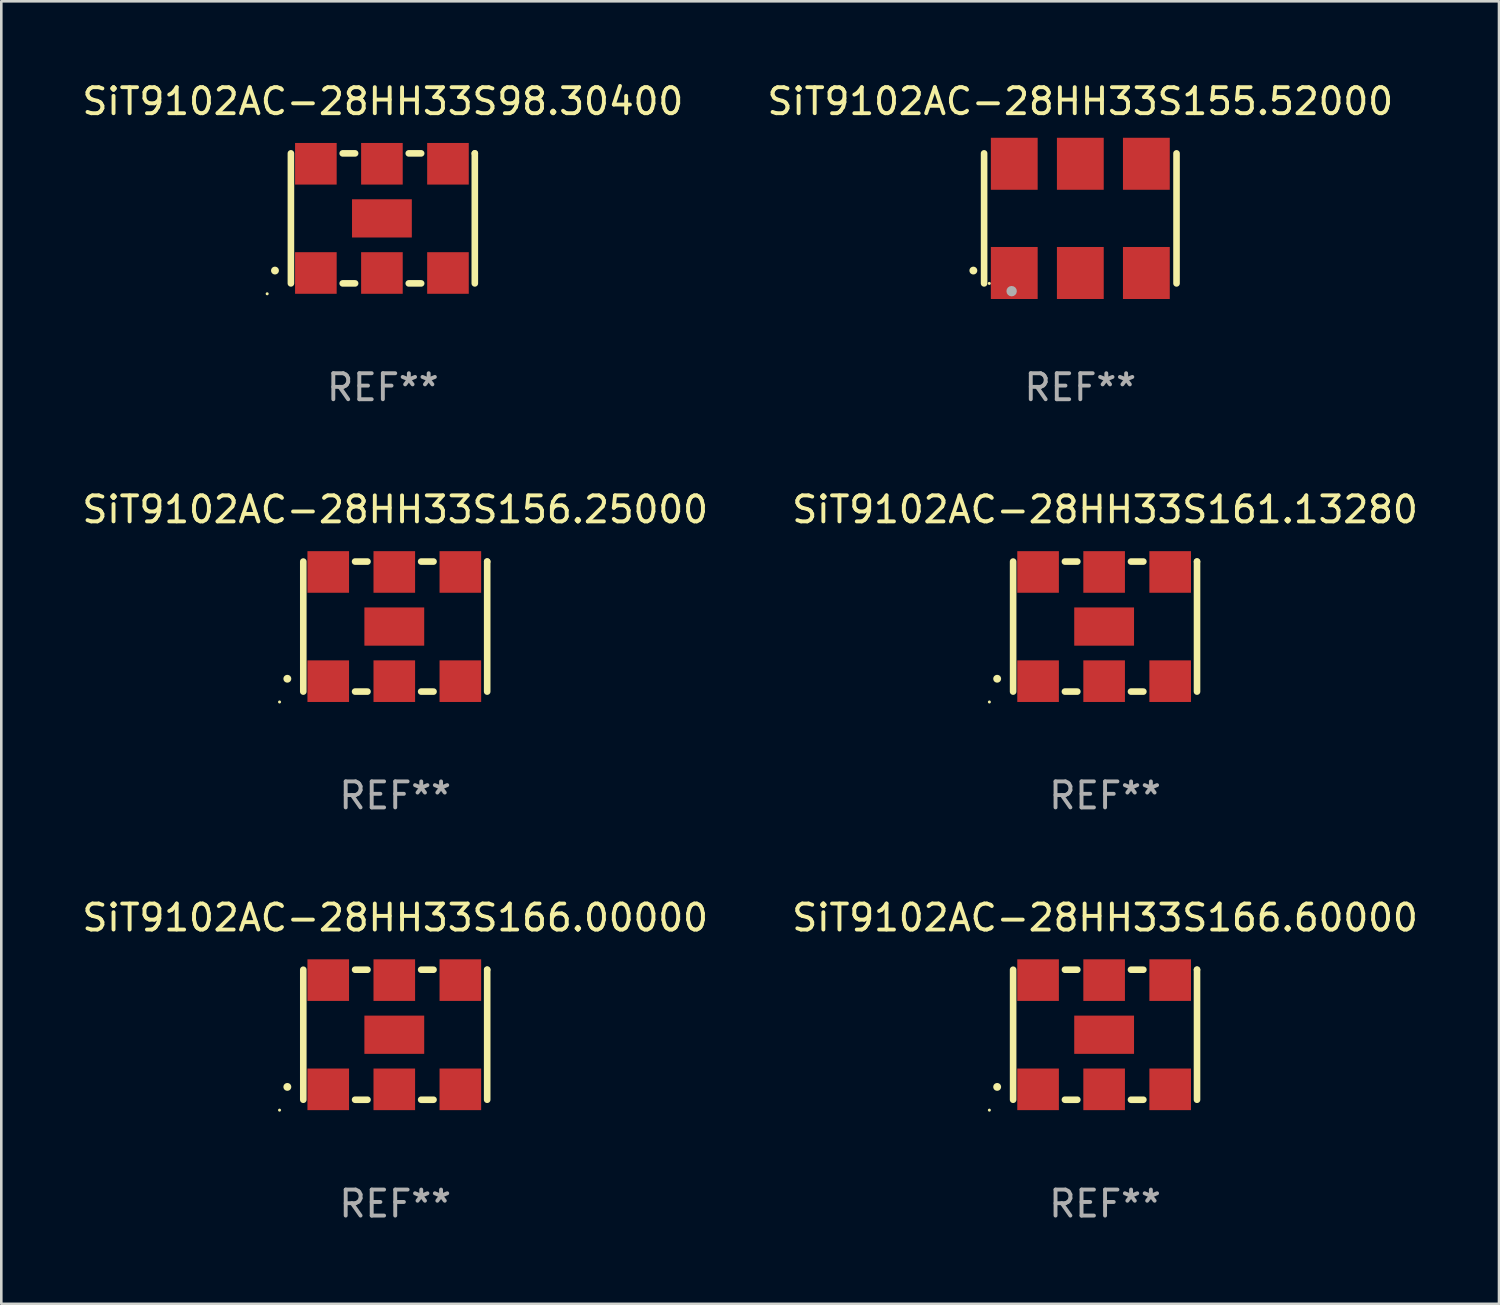
<source format=kicad_pcb>
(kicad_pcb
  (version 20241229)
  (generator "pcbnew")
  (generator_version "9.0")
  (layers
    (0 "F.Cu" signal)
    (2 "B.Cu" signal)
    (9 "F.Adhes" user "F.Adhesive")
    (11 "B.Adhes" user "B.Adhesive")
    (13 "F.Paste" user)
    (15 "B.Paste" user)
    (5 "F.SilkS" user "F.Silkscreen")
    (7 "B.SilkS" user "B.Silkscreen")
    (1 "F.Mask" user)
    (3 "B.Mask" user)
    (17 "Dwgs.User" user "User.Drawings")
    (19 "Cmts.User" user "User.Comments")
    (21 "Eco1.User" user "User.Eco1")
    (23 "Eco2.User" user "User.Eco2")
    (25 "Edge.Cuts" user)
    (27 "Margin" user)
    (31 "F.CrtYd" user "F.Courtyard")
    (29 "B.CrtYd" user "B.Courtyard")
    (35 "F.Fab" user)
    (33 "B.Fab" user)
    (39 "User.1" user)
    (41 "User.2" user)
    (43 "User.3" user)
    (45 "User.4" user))
  (footprint "SiT9102AC-28HH33S166.00000"
    (layer "F.Cu")
    (at 12.149 36.741)
    (property "Reference" "SiT9102AC-28HH33S166.00000" (at 0 -4.5 0) (layer "F.SilkS") (effects (font (size 1 1) (thickness 0.15))))
    (attr through_hole)
    (fp_line (start -3.536 -2.5) (end -3.536 2.5) (stroke (width 0.254) (type solid)) (layer "F.SilkS"))
    (fp_line (start -1.544 2.5) (end -1.067 2.5) (stroke (width 0.254) (type solid)) (layer "F.SilkS"))
    (fp_line (start -1.067 -2.5) (end -1.544 -2.5) (stroke (width 0.254) (type solid)) (layer "F.SilkS"))
    (fp_line (start 0.996 2.5) (end 1.473 2.5) (stroke (width 0.254) (type solid)) (layer "F.SilkS"))
    (fp_line (start 1.473 -2.5) (end 0.996 -2.5) (stroke (width 0.254) (type solid)) (layer "F.SilkS"))
    (fp_line (start 3.536 -2.5) (end 3.536 -2.5) (stroke (width 0.254) (type solid)) (layer "F.SilkS"))
    (fp_line (start 3.536 2.5) (end 3.536 -2.5) (stroke (width 0.254) (type solid)) (layer "F.SilkS"))
    (fp_arc (start -4.150432 2.006604) (mid -4.149162 2.006599) (end -4.147892 2.006604) (stroke (width 0.3) (type solid)) (layer "F.SilkS"))
    (fp_circle (center -4.449 2.9) (end -4.419 2.9) (stroke (width 0.06) (type solid)) (fill no) (layer "F.SilkS"))
    (fp_text user "REF**" (at 0 6.5 0) (layer "F.Fab") (effects (font (size 1 1) (thickness 0.15))))
    (pad "1" smd rect (at -2.576 2.1) (size 1.6 1.6) (layers "F.Cu" "F.Mask" "F.Paste"))
    (pad "2" smd rect (at -0.036 2.1) (size 1.6 1.6) (layers "F.Cu" "F.Mask" "F.Paste"))
    (pad "3" smd rect (at 2.504 2.1) (size 1.6 1.6) (layers "F.Cu" "F.Mask" "F.Paste"))
    (pad "4" smd rect (at 2.504 -2.1) (size 1.6 1.6) (layers "F.Cu" "F.Mask" "F.Paste"))
    (pad "5" smd rect (at -0.036 -2.1) (size 1.6 1.6) (layers "F.Cu" "F.Mask" "F.Paste"))
    (pad "6" smd rect (at -2.576 -2.1) (size 1.6 1.6) (layers "F.Cu" "F.Mask" "F.Paste"))
    (pad "7" smd rect (at -0.036 0) (size 2.3 1.47) (layers "F.Cu" "F.Mask" "F.Paste")))
  (footprint "SiT9102AC-28HH33S161.13280"
    (layer "F.Cu")
    (at 39.446 21.045)
    (property "Reference" "SiT9102AC-28HH33S161.13280" (at 0 -4.5 0) (layer "F.SilkS") (effects (font (size 1 1) (thickness 0.15))))
    (attr through_hole)
    (fp_line (start -3.536 -2.5) (end -3.536 2.5) (stroke (width 0.254) (type solid)) (layer "F.SilkS"))
    (fp_line (start -1.544 2.5) (end -1.067 2.5) (stroke (width 0.254) (type solid)) (layer "F.SilkS"))
    (fp_line (start -1.067 -2.5) (end -1.544 -2.5) (stroke (width 0.254) (type solid)) (layer "F.SilkS"))
    (fp_line (start 0.996 2.5) (end 1.473 2.5) (stroke (width 0.254) (type solid)) (layer "F.SilkS"))
    (fp_line (start 1.473 -2.5) (end 0.996 -2.5) (stroke (width 0.254) (type solid)) (layer "F.SilkS"))
    (fp_line (start 3.536 -2.5) (end 3.536 -2.5) (stroke (width 0.254) (type solid)) (layer "F.SilkS"))
    (fp_line (start 3.536 2.5) (end 3.536 -2.5) (stroke (width 0.254) (type solid)) (layer "F.SilkS"))
    (fp_arc (start -4.150432 2.006604) (mid -4.149162 2.006599) (end -4.147892 2.006604) (stroke (width 0.3) (type solid)) (layer "F.SilkS"))
    (fp_circle (center -4.449 2.9) (end -4.419 2.9) (stroke (width 0.06) (type solid)) (fill no) (layer "F.SilkS"))
    (fp_text user "REF**" (at 0 6.5 0) (layer "F.Fab") (effects (font (size 1 1) (thickness 0.15))))
    (pad "1" smd rect (at -2.576 2.1) (size 1.6 1.6) (layers "F.Cu" "F.Mask" "F.Paste"))
    (pad "2" smd rect (at -0.036 2.1) (size 1.6 1.6) (layers "F.Cu" "F.Mask" "F.Paste"))
    (pad "3" smd rect (at 2.504 2.1) (size 1.6 1.6) (layers "F.Cu" "F.Mask" "F.Paste"))
    (pad "4" smd rect (at 2.504 -2.1) (size 1.6 1.6) (layers "F.Cu" "F.Mask" "F.Paste"))
    (pad "5" smd rect (at -0.036 -2.1) (size 1.6 1.6) (layers "F.Cu" "F.Mask" "F.Paste"))
    (pad "6" smd rect (at -2.576 -2.1) (size 1.6 1.6) (layers "F.Cu" "F.Mask" "F.Paste"))
    (pad "7" smd rect (at -0.036 0) (size 2.3 1.47) (layers "F.Cu" "F.Mask" "F.Paste")))
  (footprint "SiT9102AC-28HH33S98.30400"
    (layer "F.Cu")
    (at 11.673 5.348)
    (property "Reference" "SiT9102AC-28HH33S98.30400" (at 0 -4.5 0) (layer "F.SilkS") (effects (font (size 1 1) (thickness 0.15))))
    (attr through_hole)
    (fp_line (start -3.536 -2.5) (end -3.536 2.5) (stroke (width 0.254) (type solid)) (layer "F.SilkS"))
    (fp_line (start -1.544 2.5) (end -1.067 2.5) (stroke (width 0.254) (type solid)) (layer "F.SilkS"))
    (fp_line (start -1.067 -2.5) (end -1.544 -2.5) (stroke (width 0.254) (type solid)) (layer "F.SilkS"))
    (fp_line (start 0.996 2.5) (end 1.473 2.5) (stroke (width 0.254) (type solid)) (layer "F.SilkS"))
    (fp_line (start 1.473 -2.5) (end 0.996 -2.5) (stroke (width 0.254) (type solid)) (layer "F.SilkS"))
    (fp_line (start 3.536 -2.5) (end 3.536 -2.5) (stroke (width 0.254) (type solid)) (layer "F.SilkS"))
    (fp_line (start 3.536 2.5) (end 3.536 -2.5) (stroke (width 0.254) (type solid)) (layer "F.SilkS"))
    (fp_arc (start -4.150432 2.006604) (mid -4.149162 2.006599) (end -4.147892 2.006604) (stroke (width 0.3) (type solid)) (layer "F.SilkS"))
    (fp_circle (center -4.449 2.9) (end -4.419 2.9) (stroke (width 0.06) (type solid)) (fill no) (layer "F.SilkS"))
    (fp_text user "REF**" (at 0 6.5 0) (layer "F.Fab") (effects (font (size 1 1) (thickness 0.15))))
    (pad "1" smd rect (at -2.576 2.1) (size 1.6 1.6) (layers "F.Cu" "F.Mask" "F.Paste"))
    (pad "2" smd rect (at -0.036 2.1) (size 1.6 1.6) (layers "F.Cu" "F.Mask" "F.Paste"))
    (pad "3" smd rect (at 2.504 2.1) (size 1.6 1.6) (layers "F.Cu" "F.Mask" "F.Paste"))
    (pad "4" smd rect (at 2.504 -2.1) (size 1.6 1.6) (layers "F.Cu" "F.Mask" "F.Paste"))
    (pad "5" smd rect (at -0.036 -2.1) (size 1.6 1.6) (layers "F.Cu" "F.Mask" "F.Paste"))
    (pad "6" smd rect (at -2.576 -2.1) (size 1.6 1.6) (layers "F.Cu" "F.Mask" "F.Paste"))
    (pad "7" smd rect (at -0.036 0) (size 2.3 1.47) (layers "F.Cu" "F.Mask" "F.Paste")))
  (footprint "SiT9102AC-28HH33S156.25000"
    (layer "F.Cu")
    (at 12.149 21.045)
    (property "Reference" "SiT9102AC-28HH33S156.25000" (at 0 -4.5 0) (layer "F.SilkS") (effects (font (size 1 1) (thickness 0.15))))
    (attr through_hole)
    (fp_line (start -3.536 -2.5) (end -3.536 2.5) (stroke (width 0.254) (type solid)) (layer "F.SilkS"))
    (fp_line (start -1.544 2.5) (end -1.067 2.5) (stroke (width 0.254) (type solid)) (layer "F.SilkS"))
    (fp_line (start -1.067 -2.5) (end -1.544 -2.5) (stroke (width 0.254) (type solid)) (layer "F.SilkS"))
    (fp_line (start 0.996 2.5) (end 1.473 2.5) (stroke (width 0.254) (type solid)) (layer "F.SilkS"))
    (fp_line (start 1.473 -2.5) (end 0.996 -2.5) (stroke (width 0.254) (type solid)) (layer "F.SilkS"))
    (fp_line (start 3.536 -2.5) (end 3.536 -2.5) (stroke (width 0.254) (type solid)) (layer "F.SilkS"))
    (fp_line (start 3.536 2.5) (end 3.536 -2.5) (stroke (width 0.254) (type solid)) (layer "F.SilkS"))
    (fp_arc (start -4.150432 2.006604) (mid -4.149162 2.006599) (end -4.147892 2.006604) (stroke (width 0.3) (type solid)) (layer "F.SilkS"))
    (fp_circle (center -4.449 2.9) (end -4.419 2.9) (stroke (width 0.06) (type solid)) (fill no) (layer "F.SilkS"))
    (fp_text user "REF**" (at 0 6.5 0) (layer "F.Fab") (effects (font (size 1 1) (thickness 0.15))))
    (pad "1" smd rect (at -2.576 2.1) (size 1.6 1.6) (layers "F.Cu" "F.Mask" "F.Paste"))
    (pad "2" smd rect (at -0.036 2.1) (size 1.6 1.6) (layers "F.Cu" "F.Mask" "F.Paste"))
    (pad "3" smd rect (at 2.504 2.1) (size 1.6 1.6) (layers "F.Cu" "F.Mask" "F.Paste"))
    (pad "4" smd rect (at 2.504 -2.1) (size 1.6 1.6) (layers "F.Cu" "F.Mask" "F.Paste"))
    (pad "5" smd rect (at -0.036 -2.1) (size 1.6 1.6) (layers "F.Cu" "F.Mask" "F.Paste"))
    (pad "6" smd rect (at -2.576 -2.1) (size 1.6 1.6) (layers "F.Cu" "F.Mask" "F.Paste"))
    (pad "7" smd rect (at -0.036 0) (size 2.3 1.47) (layers "F.Cu" "F.Mask" "F.Paste")))
  (footprint "SiT9102AC-28HH33S166.60000"
    (layer "F.Cu")
    (at 39.446 36.741)
    (property "Reference" "SiT9102AC-28HH33S166.60000" (at 0 -4.5 0) (layer "F.SilkS") (effects (font (size 1 1) (thickness 0.15))))
    (attr through_hole)
    (fp_line (start -3.536 -2.5) (end -3.536 2.5) (stroke (width 0.254) (type solid)) (layer "F.SilkS"))
    (fp_line (start -1.544 2.5) (end -1.067 2.5) (stroke (width 0.254) (type solid)) (layer "F.SilkS"))
    (fp_line (start -1.067 -2.5) (end -1.544 -2.5) (stroke (width 0.254) (type solid)) (layer "F.SilkS"))
    (fp_line (start 0.996 2.5) (end 1.473 2.5) (stroke (width 0.254) (type solid)) (layer "F.SilkS"))
    (fp_line (start 1.473 -2.5) (end 0.996 -2.5) (stroke (width 0.254) (type solid)) (layer "F.SilkS"))
    (fp_line (start 3.536 -2.5) (end 3.536 -2.5) (stroke (width 0.254) (type solid)) (layer "F.SilkS"))
    (fp_line (start 3.536 2.5) (end 3.536 -2.5) (stroke (width 0.254) (type solid)) (layer "F.SilkS"))
    (fp_arc (start -4.150432 2.006604) (mid -4.149162 2.006599) (end -4.147892 2.006604) (stroke (width 0.3) (type solid)) (layer "F.SilkS"))
    (fp_circle (center -4.449 2.9) (end -4.419 2.9) (stroke (width 0.06) (type solid)) (fill no) (layer "F.SilkS"))
    (fp_text user "REF**" (at 0 6.5 0) (layer "F.Fab") (effects (font (size 1 1) (thickness 0.15))))
    (pad "1" smd rect (at -2.576 2.1) (size 1.6 1.6) (layers "F.Cu" "F.Mask" "F.Paste"))
    (pad "2" smd rect (at -0.036 2.1) (size 1.6 1.6) (layers "F.Cu" "F.Mask" "F.Paste"))
    (pad "3" smd rect (at 2.504 2.1) (size 1.6 1.6) (layers "F.Cu" "F.Mask" "F.Paste"))
    (pad "4" smd rect (at 2.504 -2.1) (size 1.6 1.6) (layers "F.Cu" "F.Mask" "F.Paste"))
    (pad "5" smd rect (at -0.036 -2.1) (size 1.6 1.6) (layers "F.Cu" "F.Mask" "F.Paste"))
    (pad "6" smd rect (at -2.576 -2.1) (size 1.6 1.6) (layers "F.Cu" "F.Mask" "F.Paste"))
    (pad "7" smd rect (at -0.036 0) (size 2.3 1.47) (layers "F.Cu" "F.Mask" "F.Paste")))
  (footprint "SiT9102AC-28HH33S155.52000"
    (layer "F.Cu")
    (at 38.494 5.348)
    (property "Reference" "SiT9102AC-28HH33S155.52000" (at 0 -4.5 0) (layer "F.SilkS") (effects (font (size 1 1) (thickness 0.15))))
    (attr through_hole)
    (fp_line (start -3.7 -2.5) (end -3.7 2.5) (stroke (width 0.254) (type solid)) (layer "F.SilkS"))
    (fp_line (start 3.7 -2.5) (end 3.7 2.5) (stroke (width 0.254) (type solid)) (layer "F.SilkS"))
    (fp_arc (start -4.114415 2.006604) (mid -4.113145 2.006599) (end -4.111875 2.006604) (stroke (width 0.3) (type solid)) (layer "F.SilkS"))
    (fp_circle (center -3.5 2.501) (end -3.47 2.501) (stroke (width 0.06) (type solid)) (fill no) (layer "F.SilkS"))
    (fp_circle (center -2.641 2.799) (end -2.541 2.799) (stroke (width 0.2) (type solid)) (fill no) (layer "F.Fab"))
    (fp_text user "REF**" (at 0 6.5 0) (layer "F.Fab") (effects (font (size 1 1) (thickness 0.15))))
    (pad "1" smd rect (at -2.54 2.1) (size 1.8 2) (layers "F.Cu" "F.Mask" "F.Paste"))
    (pad "2" smd rect (at 0.000394 2.1) (size 1.8 2) (layers "F.Cu" "F.Mask" "F.Paste"))
    (pad "3" smd rect (at 2.54 2.1) (size 1.8 2) (layers "F.Cu" "F.Mask" "F.Paste"))
    (pad "4" smd rect (at 2.54 -2.1) (size 1.8 2) (layers "F.Cu" "F.Mask" "F.Paste"))
    (pad "5" smd rect (at 0.000394 -2.1) (size 1.8 2) (layers "F.Cu" "F.Mask" "F.Paste"))
    (pad "6" smd rect (at -2.54 -2.1) (size 1.8 2) (layers "F.Cu" "F.Mask" "F.Paste")))
  (gr_rect
    (start -3 -3)
    (end 54.595 47.09)
    (stroke (width 0.1) (type default))
    (fill no)
    (layer "Edge.Cuts")))
</source>
